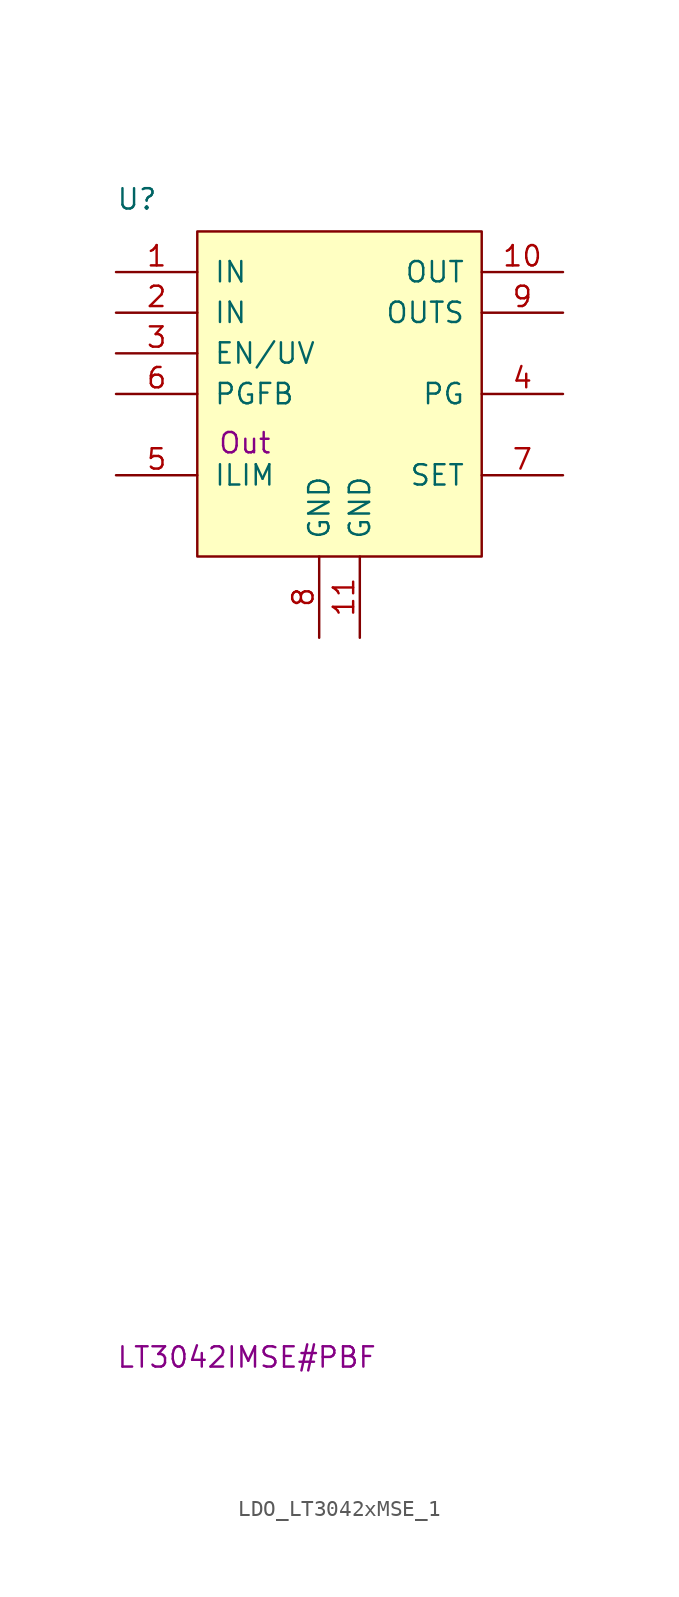
<source format=kicad_sym>
(kicad_symbol_lib
  (version 20231120)
  (generator "kicad_symbol_editor")
  (generator_version "7.99")
  (symbol "LDO_LT3042xMSE_1"
    (pin_names
      (offset 1.016))
    (property "Reference" "U"
      (at -5.08 1.27 0)
      (effects (font (size 1.27 1.27)) (justify left bottom)))
    (property "ValueP" "LT3042IMSE#PBF"
      (at -5.08 -71.12 0)
      (effects (font (size 1.27 1.27)) (justify left bottom)))
    (property "user" "Out"
      (at 1.27 -13.97 0)
      (effects (font (size 1.27 1.27)) (justify left bottom)))
    (symbol "LDO_LT3042xMSE_1_1_1"
      (rectangle (start 0 -20.32) (end 17.78 0) (stroke (width 0) (type solid)) (fill (type background)))
      (pin input line (at -5.08 -2.54 0) (length 5.08) (name "IN" (effects (font (size 1.27 1.27)))) (number "1" (effects (font (size 1.27 1.27)))))
      (pin output line (at 22.86 -2.54 180) (length 5.08) (name "OUT" (effects (font (size 1.27 1.27)))) (number "10" (effects (font (size 1.27 1.27)))))
      (pin input line (at 10.16 -25.4 90) (length 5.08) (name "GND" (effects (font (size 1.27 1.27)))) (number "11" (effects (font (size 1.27 1.27)))))
      (pin input line (at -5.08 -5.08 0) (length 5.08) (name "IN" (effects (font (size 1.27 1.27)))) (number "2" (effects (font (size 1.27 1.27)))))
      (pin input line (at -5.08 -7.62 0) (length 5.08) (name "EN/UV" (effects (font (size 1.27 1.27)))) (number "3" (effects (font (size 1.27 1.27)))))
      (pin passive line (at 22.86 -10.16 180) (length 5.08) (name "PG" (effects (font (size 1.27 1.27)))) (number "4" (effects (font (size 1.27 1.27)))))
      (pin input line (at -5.08 -15.24 0) (length 5.08) (name "ILIM" (effects (font (size 1.27 1.27)))) (number "5" (effects (font (size 1.27 1.27)))))
      (pin input line (at -5.08 -10.16 0) (length 5.08) (name "PGFB" (effects (font (size 1.27 1.27)))) (number "6" (effects (font (size 1.27 1.27)))))
      (pin input line (at 22.86 -15.24 180) (length 5.08) (name "SET" (effects (font (size 1.27 1.27)))) (number "7" (effects (font (size 1.27 1.27)))))
      (pin input line (at 7.62 -25.4 90) (length 5.08) (name "GND" (effects (font (size 1.27 1.27)))) (number "8" (effects (font (size 1.27 1.27)))))
      (pin input line (at 22.86 -5.08 180) (length 5.08) (name "OUTS" (effects (font (size 1.27 1.27)))) (number "9" (effects (font (size 1.27 1.27))))))))
</source>
